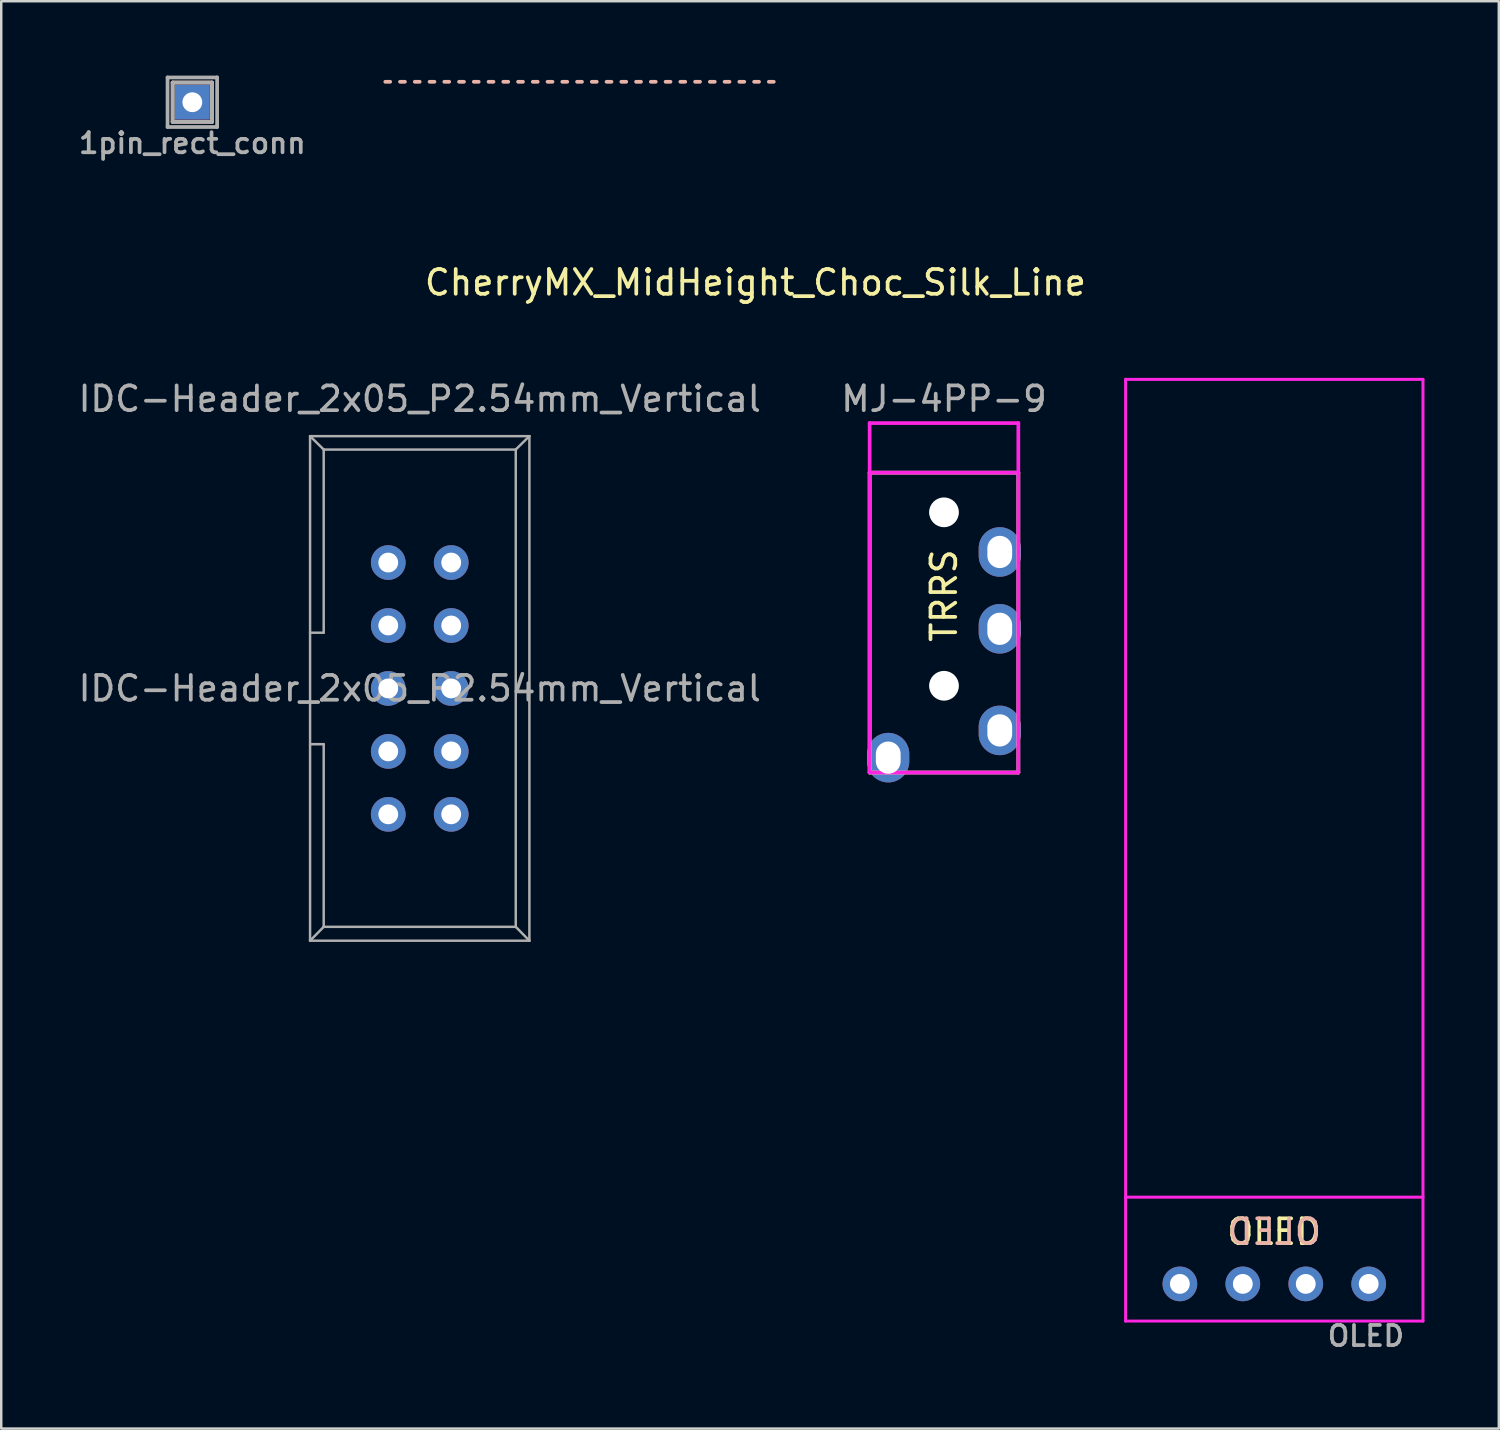
<source format=kicad_pcb>
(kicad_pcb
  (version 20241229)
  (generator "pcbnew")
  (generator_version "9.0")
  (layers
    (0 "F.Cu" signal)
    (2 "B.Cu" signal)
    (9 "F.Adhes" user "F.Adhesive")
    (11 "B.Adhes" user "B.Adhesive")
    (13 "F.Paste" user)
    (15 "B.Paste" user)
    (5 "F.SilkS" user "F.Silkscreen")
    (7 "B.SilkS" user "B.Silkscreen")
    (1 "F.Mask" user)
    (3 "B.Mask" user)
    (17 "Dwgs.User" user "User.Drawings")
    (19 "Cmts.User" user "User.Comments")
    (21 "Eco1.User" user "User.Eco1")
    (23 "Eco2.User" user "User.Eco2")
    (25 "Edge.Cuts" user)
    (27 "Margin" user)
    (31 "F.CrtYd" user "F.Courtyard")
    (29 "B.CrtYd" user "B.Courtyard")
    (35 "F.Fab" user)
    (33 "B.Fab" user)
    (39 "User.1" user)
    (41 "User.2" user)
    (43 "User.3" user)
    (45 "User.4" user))
  (footprint "MJ-4PP-9"
    (layer "F.Cu")
    (at 35.042 16.023)
    (property "Reference" "MJ-4PP-9" (at 0 -2.977 0) (layer "F.Fab") (effects (font (size 1 1) (thickness 0.15))))
    (attr through_hole)
    (fp_line (start -3 0) (end 3 0) (stroke (width 0.15) (type solid)) (layer "F.SilkS"))
    (fp_line (start -3 12.1) (end -3 0) (stroke (width 0.15) (type solid)) (layer "F.SilkS"))
    (fp_line (start 3 0) (end 3 12.1) (stroke (width 0.15) (type solid)) (layer "F.SilkS"))
    (fp_line (start 3 12.1) (end -3 12.1) (stroke (width 0.15) (type solid)) (layer "F.SilkS"))
    (fp_line (start -3 -2) (end 3 -2) (stroke (width 0.15) (type solid)) (layer "F.CrtYd"))
    (fp_line (start -3 0) (end 3 0) (stroke (width 0.15) (type solid)) (layer "F.CrtYd"))
    (fp_line (start -3 12.1) (end -3 -2) (stroke (width 0.15) (type solid)) (layer "F.CrtYd"))
    (fp_line (start 3 -2) (end 3 12.1) (stroke (width 0.15) (type solid)) (layer "F.CrtYd"))
    (fp_line (start 3 12.1) (end -3 12.1) (stroke (width 0.15) (type solid)) (layer "F.CrtYd"))
    (fp_text user "TRRS" (at 0 4.961 90) (layer "F.SilkS") (effects (font (size 1 1) (thickness 0.15))))
    (pad "" np_thru_hole circle (at 0 1.6) (size 1.2 1.2) (drill 1.2) (layers "*.Cu" "*.Mask"))
    (pad "" np_thru_hole circle (at 0 8.6) (size 1.2 1.2) (drill 1.2) (layers "*.Cu" "*.Mask"))
    (pad "A" thru_hole oval (at -2.25 11.5) (size 1.7 2) (drill oval 1 1.3) (layers "*.Cu" "*.Mask"))
    (pad "B" thru_hole oval (at 2.25 3.2) (size 1.7 2) (drill oval 1 1.3) (layers "*.Cu" "*.Mask"))
    (pad "C" thru_hole oval (at 2.25 6.3) (size 1.7 2) (drill oval 1 1.3) (layers "*.Cu" "*.Mask"))
    (pad "D" thru_hole oval (at 2.25 10.4) (size 1.7 2) (drill oval 1 1.3) (layers "*.Cu" "*.Mask")))
  (footprint "IDC-Header_2x05_P2.54mm_Vertical"
    (layer "F.Cu")
    (at 12.617 24.73)
    (property "Reference" "IDC-Header_2x05_P2.54mm_Vertical" (at 1.27 -11.684 0) (layer "F.Fab") (effects (font (size 1 1) (thickness 0.15))))
    (attr through_hole)
    (fp_line (start -3.155 -10.18) (end -3.155 10.18) (stroke (width 0.1) (type solid)) (layer "F.Fab"))
    (fp_line (start -3.155 -10.18) (end -2.605 -9.64) (stroke (width 0.1) (type solid)) (layer "F.Fab"))
    (fp_line (start -3.155 10.18) (end -2.605 9.62) (stroke (width 0.1) (type solid)) (layer "F.Fab"))
    (fp_line (start -2.605 -9.64) (end -2.605 -2.25) (stroke (width 0.1) (type solid)) (layer "F.Fab"))
    (fp_line (start -2.605 -2.25) (end -3.155 -2.25) (stroke (width 0.1) (type solid)) (layer "F.Fab"))
    (fp_line (start -2.605 2.25) (end -3.155 2.25) (stroke (width 0.1) (type solid)) (layer "F.Fab"))
    (fp_line (start -2.605 2.25) (end -2.605 9.62) (stroke (width 0.1) (type solid)) (layer "F.Fab"))
    (fp_line (start 5.145 -9.64) (end -2.605 -9.64) (stroke (width 0.1) (type solid)) (layer "F.Fab"))
    (fp_line (start 5.145 -9.64) (end 5.145 9.62) (stroke (width 0.1) (type solid)) (layer "F.Fab"))
    (fp_line (start 5.145 9.62) (end -2.605 9.62) (stroke (width 0.1) (type solid)) (layer "F.Fab"))
    (fp_line (start 5.695 -10.18) (end -3.155 -10.18) (stroke (width 0.1) (type solid)) (layer "F.Fab"))
    (fp_line (start 5.695 -10.18) (end 5.145 -9.64) (stroke (width 0.1) (type solid)) (layer "F.Fab"))
    (fp_line (start 5.695 -10.18) (end 5.695 10.18) (stroke (width 0.1) (type solid)) (layer "F.Fab"))
    (fp_line (start 5.695 10.18) (end -3.155 10.18) (stroke (width 0.1) (type solid)) (layer "F.Fab"))
    (fp_line (start 5.695 10.18) (end 5.145 9.62) (stroke (width 0.1) (type solid)) (layer "F.Fab"))
    (fp_text user "${REFERENCE}" (at 1.27 0 0) (layer "F.Fab") (effects (font (size 1 1) (thickness 0.15))))
    (pad "1" thru_hole circle (at 0 -5.08) (size 1.4 1.4) (drill 0.8) (layers "*.Cu" "*.Mask"))
    (pad "2" thru_hole circle (at 2.54 -5.08) (size 1.4 1.4) (drill 0.8) (layers "*.Cu" "*.Mask"))
    (pad "3" thru_hole circle (at 0 -2.54) (size 1.4 1.4) (drill 0.8) (layers "*.Cu" "*.Mask"))
    (pad "4" thru_hole circle (at 2.54 -2.54) (size 1.4 1.4) (drill 0.8) (layers "*.Cu" "*.Mask"))
    (pad "5" thru_hole circle (at 0 0) (size 1.4 1.4) (drill 0.8) (layers "*.Cu" "*.Mask"))
    (pad "6" thru_hole circle (at 2.54 0) (size 1.4 1.4) (drill 0.8) (layers "*.Cu" "*.Mask"))
    (pad "7" thru_hole circle (at 0 2.54) (size 1.4 1.4) (drill 0.8) (layers "*.Cu" "*.Mask"))
    (pad "8" thru_hole circle (at 2.54 2.54) (size 1.4 1.4) (drill 0.8) (layers "*.Cu" "*.Mask"))
    (pad "9" thru_hole circle (at 0 5.08) (size 1.4 1.4) (drill 0.8) (layers "*.Cu" "*.Mask"))
    (pad "10" thru_hole circle (at 2.54 5.08) (size 1.4 1.4) (drill 0.8) (layers "*.Cu" "*.Mask")))
  (footprint "CherryMX_MidHeight_Choc_Silk_Line"
    (layer "F.Cu")
    (at 20.434 0.25)
    (property "Reference" "CherryMX_MidHeight_Choc_Silk_Line" (at 7 8.1 0) (layer "F.SilkS") (effects (font (size 1 1) (thickness 0.15))))
    (attr through_hole)
    (fp_line (start -7.937 -0.000014) (end -7.739 -0.000014) (stroke (width 0.15) (type solid)) (layer "B.SilkS"))
    (fp_line (start -7.342 -0.000014) (end -7.144 -0.000014) (stroke (width 0.15) (type solid)) (layer "B.SilkS"))
    (fp_line (start -6.747 -0.000014) (end -6.548 -0.000014) (stroke (width 0.15) (type solid)) (layer "B.SilkS"))
    (fp_line (start -6.151 -0.000014) (end -5.953 -0.000014) (stroke (width 0.15) (type solid)) (layer "B.SilkS"))
    (fp_line (start -5.556 -0.000014) (end -5.358 -0.000014) (stroke (width 0.15) (type solid)) (layer "B.SilkS"))
    (fp_line (start -4.961 -0.000014) (end -4.762 -0.000014) (stroke (width 0.15) (type solid)) (layer "B.SilkS"))
    (fp_line (start -4.365 -0.000014) (end -4.167 -0.000014) (stroke (width 0.15) (type solid)) (layer "B.SilkS"))
    (fp_line (start -3.77 -0.000014) (end -3.572 -0.000014) (stroke (width 0.15) (type solid)) (layer "B.SilkS"))
    (fp_line (start -3.175 -0.000014) (end -2.976 -0.000014) (stroke (width 0.15) (type solid)) (layer "B.SilkS"))
    (fp_line (start -2.579 -0.000014) (end -2.381 -0.000014) (stroke (width 0.15) (type solid)) (layer "B.SilkS"))
    (fp_line (start -1.984 -0.000014) (end -1.786 -0.000014) (stroke (width 0.15) (type solid)) (layer "B.SilkS"))
    (fp_line (start -1.389 -0.000014) (end -1.19 -0.000014) (stroke (width 0.15) (type solid)) (layer "B.SilkS"))
    (fp_line (start -0.794 -0.000014) (end -0.595 -0.000014) (stroke (width 0.15) (type solid)) (layer "B.SilkS"))
    (fp_line (start -0.198 -0.000014) (end 0.000247 -0.000014) (stroke (width 0.15) (type solid)) (layer "B.SilkS"))
    (fp_line (start 0.397 -0.000014) (end 0.596 -0.000014) (stroke (width 0.15) (type solid)) (layer "B.SilkS"))
    (fp_line (start 0.992 -0.000014) (end 1.191 -0.000014) (stroke (width 0.15) (type solid)) (layer "B.SilkS"))
    (fp_line (start 1.588 -0.000014) (end 1.786 -0.000014) (stroke (width 0.15) (type solid)) (layer "B.SilkS"))
    (fp_line (start 2.183 -0.000014) (end 2.382 -0.000014) (stroke (width 0.15) (type solid)) (layer "B.SilkS"))
    (fp_line (start 2.778 -0.000014) (end 2.977 -0.000014) (stroke (width 0.15) (type solid)) (layer "B.SilkS"))
    (fp_line (start 3.374 -0.000014) (end 3.572 -0.000014) (stroke (width 0.15) (type solid)) (layer "B.SilkS"))
    (fp_line (start 3.969 -0.000014) (end 4.167 -0.000014) (stroke (width 0.15) (type solid)) (layer "B.SilkS"))
    (fp_line (start 4.564 -0.000014) (end 4.763 -0.000014) (stroke (width 0.15) (type solid)) (layer "B.SilkS"))
    (fp_line (start 5.16 -0.000014) (end 5.358 -0.000014) (stroke (width 0.15) (type solid)) (layer "B.SilkS"))
    (fp_line (start 5.755 -0.000014) (end 5.953 -0.000014) (stroke (width 0.15) (type solid)) (layer "B.SilkS"))
    (fp_line (start 6.35 -0.000014) (end 6.549 -0.000014) (stroke (width 0.15) (type solid)) (layer "B.SilkS"))
    (fp_line (start 6.946 -0.000014) (end 7.144 -0.000014) (stroke (width 0.15) (type solid)) (layer "B.SilkS"))
    (fp_line (start 7.541 -0.000014) (end 7.739 -0.000014) (stroke (width 0.15) (type solid)) (layer "B.SilkS")))
  (footprint "OLED"
    (layer "F.Cu")
    (at 48.37 48.758)
    (property "Reference" "OLED" (at 3.7 2.1 180) (layer "F.Fab") (effects (font (size 0.813 0.813) (thickness 0.15))))
    (attr through_hole)
    (fp_line (start -6 -36.5) (end 6 -36.5) (stroke (width 0.12) (type solid)) (layer "F.CrtYd"))
    (fp_line (start -6 -3.5) (end 6 -3.5) (stroke (width 0.12) (type solid)) (layer "F.CrtYd"))
    (fp_line (start -6 1.5) (end -6 -36.5) (stroke (width 0.12) (type solid)) (layer "F.CrtYd"))
    (fp_line (start -6 1.5) (end 6 1.5) (stroke (width 0.12) (type solid)) (layer "F.CrtYd"))
    (fp_line (start 6 1.5) (end 6 -36.5) (stroke (width 0.12) (type solid)) (layer "F.CrtYd"))
    (fp_text user "OLED" (at -0.01 -2.1 0) (layer "F.SilkS") (effects (font (size 1 1) (thickness 0.15))))
    (fp_text user "OLED" (at 0 -2.1 0) (layer "B.SilkS") (effects (font (size 1 1) (thickness 0.15)) (justify mirror)))
    (pad "1" thru_hole circle (at -3.81 0) (size 1.4 1.4) (drill 0.8) (layers "*.Cu" "*.Mask"))
    (pad "2" thru_hole circle (at -1.27 0) (size 1.4 1.4) (drill 0.8) (layers "*.Cu" "*.Mask"))
    (pad "3" thru_hole circle (at 1.27 0) (size 1.4 1.4) (drill 0.8) (layers "*.Cu" "*.Mask"))
    (pad "4" thru_hole circle (at 3.81 0) (size 1.4 1.4) (drill 0.8) (layers "*.Cu" "*.Mask")))
  (footprint "1pin_rect_conn"
    (layer "F.Cu")
    (at 4.711 1.075)
    (property "Reference" "1pin_rect_conn" (at 0 1.651 0) (layer "F.Fab") (effects (font (size 0.813 0.813) (thickness 0.15))))
    (attr through_hole)
    (fp_line (start -0.794 -0.794) (end -0.794 0.794) (stroke (width 0.15) (type solid)) (layer "B.SilkS"))
    (fp_line (start -0.794 0.794) (end 0.794 0.794) (stroke (width 0.15) (type solid)) (layer "B.SilkS"))
    (fp_line (start 0.794 -0.794) (end -0.794 -0.794) (stroke (width 0.15) (type solid)) (layer "B.SilkS"))
    (fp_line (start 0.794 0.794) (end 0.794 -0.794) (stroke (width 0.15) (type solid)) (layer "B.SilkS"))
    (fp_line (start -1 -1) (end -1 1) (stroke (width 0.15) (type solid)) (layer "F.Fab"))
    (fp_line (start -1 1) (end 1 1) (stroke (width 0.15) (type solid)) (layer "F.Fab"))
    (fp_line (start -0.794 -0.794) (end 0.794 -0.794) (stroke (width 0.15) (type solid)) (layer "F.Fab"))
    (fp_line (start -0.794 0.794) (end -0.794 -0.794) (stroke (width 0.15) (type solid)) (layer "F.Fab"))
    (fp_line (start 0.794 -0.794) (end 0.794 0.794) (stroke (width 0.15) (type solid)) (layer "F.Fab"))
    (fp_line (start 0.794 0.794) (end -0.794 0.794) (stroke (width 0.15) (type solid)) (layer "F.Fab"))
    (fp_line (start 1 -1) (end -1 -1) (stroke (width 0.15) (type solid)) (layer "F.Fab"))
    (fp_line (start 1 1) (end 1 -1) (stroke (width 0.15) (type solid)) (layer "F.Fab"))
    (pad "1" thru_hole rect (at 0 0) (size 1.4 1.4) (drill 0.8) (layers "*.Cu" "*.Mask")))
  (gr_rect
    (start -3 -3)
    (end 57.43 54.597)
    (stroke (width 0.1) (type default))
    (fill no)
    (layer "Edge.Cuts")))
</source>
